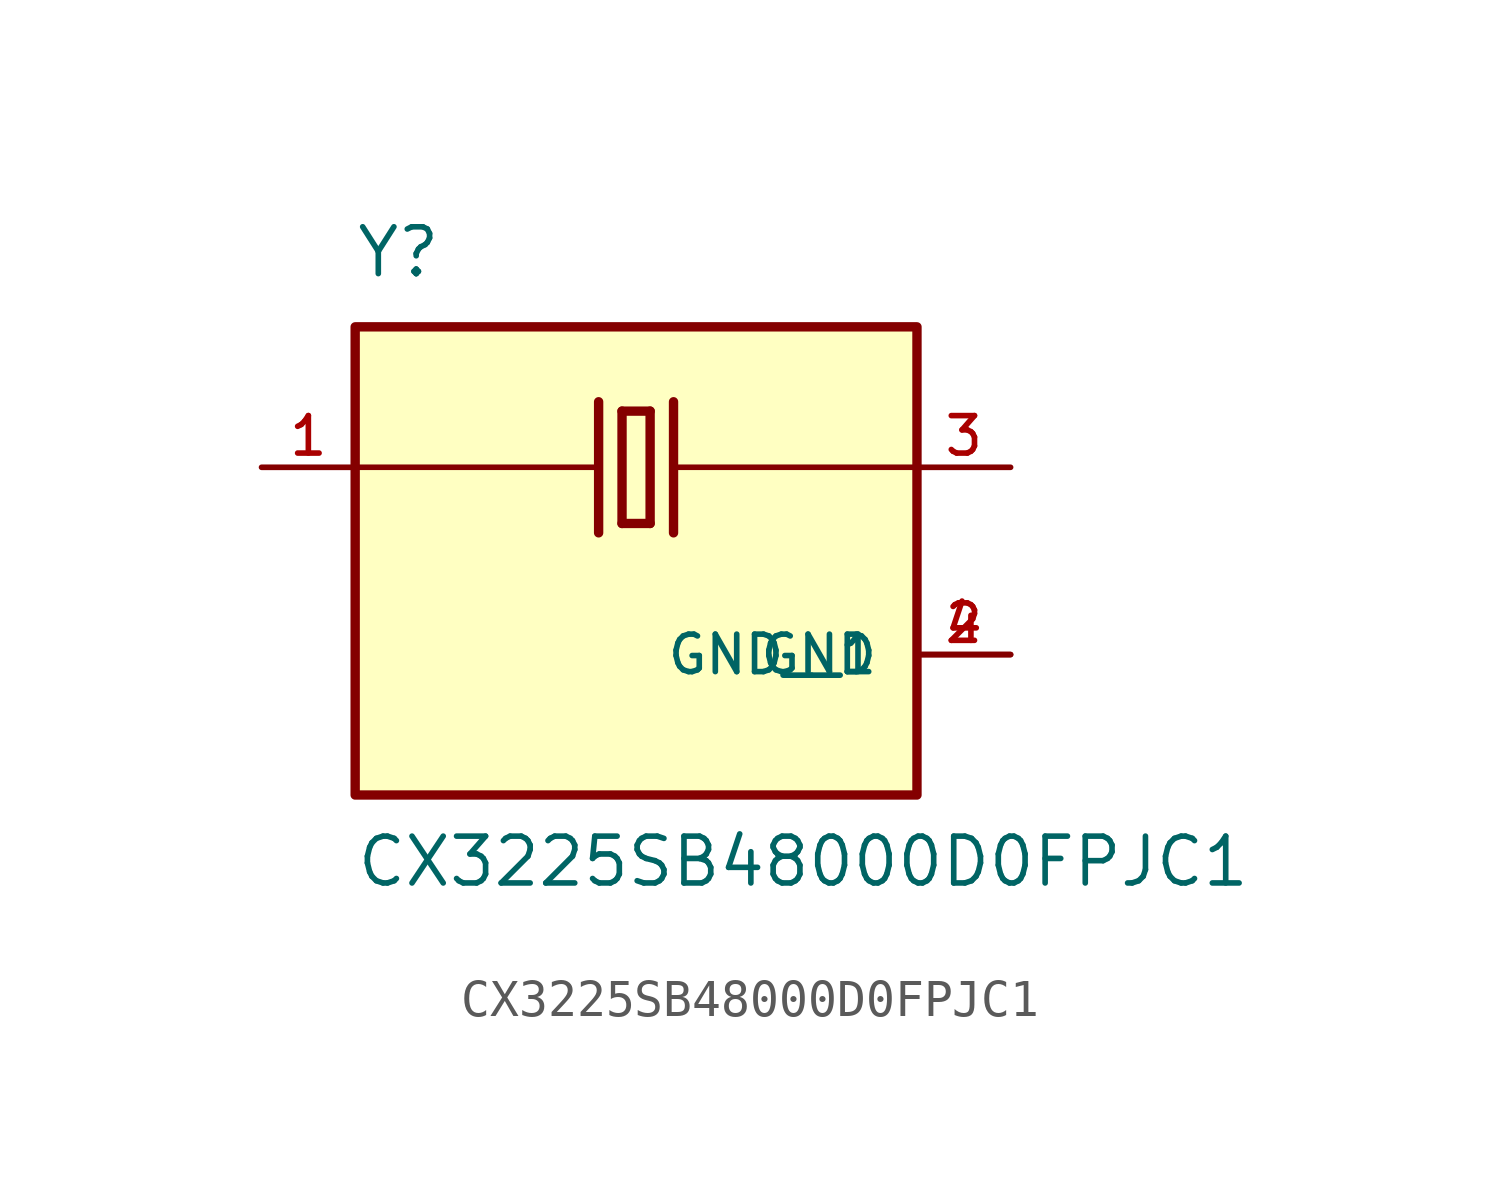
<source format=kicad_sym>
(kicad_symbol_lib
  (version 20211014)
  (generator kicad_symbol_editor)
  (symbol "CX3225SB48000D0FPJC1"
    (pin_names
      (offset 1.016))
    (property "Reference" "Y"
      (at -7.637 7.631 0)
      (effects (font (size 1.27 1.27)) (justify bottom left)))
    (property "Value" "CX3225SB48000D0FPJC1"
      (at -7.63 -8.899 0)
      (effects (font (size 1.27 1.27)) (justify bottom left)))
    (symbol "CX3225SB48000D0FPJC1_0_0"
      (polyline (pts (xy -0.381 4.064) (xy -0.381 1.016)) (stroke (width 0.254)))
      (polyline (pts (xy -0.381 1.016) (xy 0.381 1.016)) (stroke (width 0.254)))
      (polyline (pts (xy 0.381 1.016) (xy 0.381 4.064)) (stroke (width 0.254)))
      (polyline (pts (xy 0.381 4.064) (xy -0.381 4.064)) (stroke (width 0.254)))
      (polyline (pts (xy 1.016 4.318) (xy 1.016 0.762)) (stroke (width 0.254)))
      (polyline (pts (xy -1.016 4.318) (xy -1.016 0.762)) (stroke (width 0.254)))
      (polyline (pts (xy -1.016 2.54) (xy -7.62 2.54)) (stroke (width 0.152)))
      (polyline (pts (xy 1.016 2.54) (xy 7.62 2.54)) (stroke (width 0.152)))
      (rectangle (start -7.62 -6.35) (end 7.62 6.35) (stroke (width 0.254)) (fill (type background)))
      (pin passive line (at -10.16 2.54 0) (length 2.54) (name "~" (effects (font (size 1.016 1.016)))) (number "1" (effects (font (size 1.016 1.016)))))
      (pin power_in line (at 10.16 -2.54 180.0) (length 2.54) (name "GND" (effects (font (size 1.016 1.016)))) (number "2" (effects (font (size 1.016 1.016)))))
      (pin passive line (at 10.16 2.54 180.0) (length 2.54) (name "~" (effects (font (size 1.016 1.016)))) (number "3" (effects (font (size 1.016 1.016)))))
      (pin power_in line (at 10.16 -2.54 180.0) (length 2.54) (name "GND__1" (effects (font (size 1.016 1.016)))) (number "4" (effects (font (size 1.016 1.016))))))))
</source>
